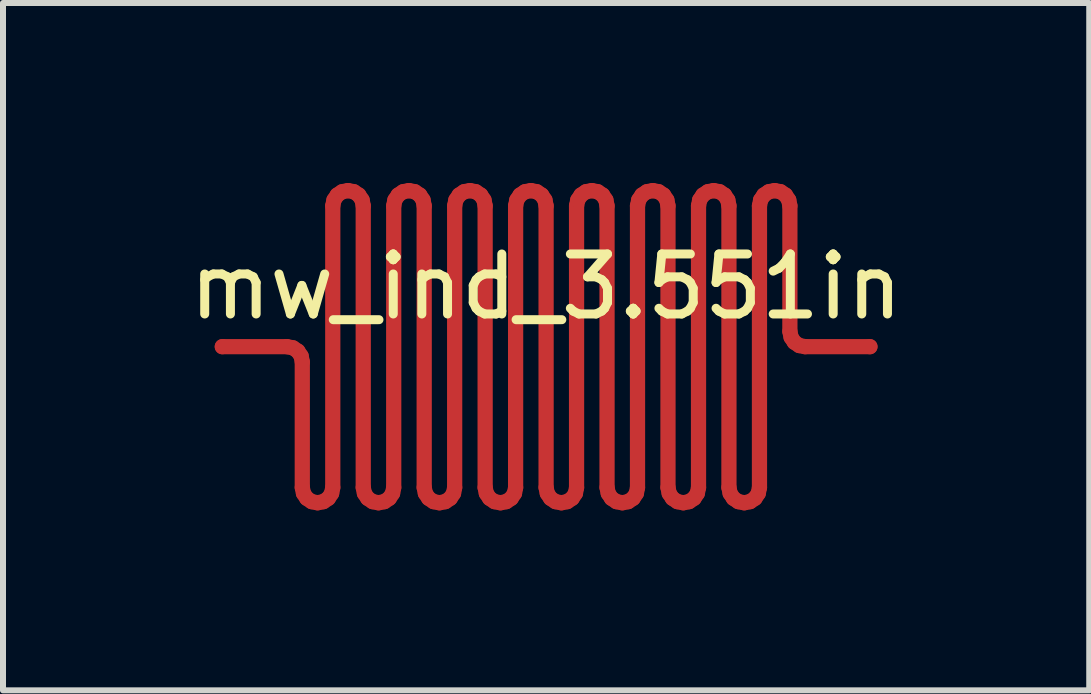
<source format=kicad_pcb>
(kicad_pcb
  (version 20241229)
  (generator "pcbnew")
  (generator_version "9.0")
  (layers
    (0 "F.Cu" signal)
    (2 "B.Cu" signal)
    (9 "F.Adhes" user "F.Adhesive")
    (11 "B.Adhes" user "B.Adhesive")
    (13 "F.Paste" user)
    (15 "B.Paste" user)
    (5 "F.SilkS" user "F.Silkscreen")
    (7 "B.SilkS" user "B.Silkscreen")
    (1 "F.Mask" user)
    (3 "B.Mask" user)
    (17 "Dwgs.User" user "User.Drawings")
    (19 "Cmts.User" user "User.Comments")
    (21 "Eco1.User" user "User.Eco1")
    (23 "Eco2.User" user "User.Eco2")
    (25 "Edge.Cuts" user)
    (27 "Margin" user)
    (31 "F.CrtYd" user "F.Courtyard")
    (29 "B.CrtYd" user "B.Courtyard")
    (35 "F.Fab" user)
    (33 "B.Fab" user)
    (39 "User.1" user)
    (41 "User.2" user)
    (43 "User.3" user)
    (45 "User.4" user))
  (footprint "mw_ind_3.551in"
    (layer "F.Cu")
    (at 0.656 2.729)
    (property "Reference" "mw_ind_3.551in" (at 5.397 -1 0) (layer "F.SilkS") (effects (font (size 1 1) (thickness 0.15))))
    (attr smd exclude_from_pos_files exclude_from_bom)
    (fp_line (start 1.079 0) (end 0 0) (stroke (width 0.254) (type solid)) (layer "F.Cu"))
    (fp_line (start 1.177 0.019) (end 1.079 0) (stroke (width 0.254) (type solid)) (layer "F.Cu"))
    (fp_line (start 1.259 0.074) (end 1.177 0.019) (stroke (width 0.254) (type solid)) (layer "F.Cu"))
    (fp_line (start 1.314 0.157) (end 1.259 0.074) (stroke (width 0.254) (type solid)) (layer "F.Cu"))
    (fp_line (start 1.333 0.254) (end 1.314 0.157) (stroke (width 0.254) (type solid)) (layer "F.Cu"))
    (fp_line (start 1.333 2.348) (end 1.333 0.254) (stroke (width 0.254) (type solid)) (layer "F.Cu"))
    (fp_line (start 1.353 2.445) (end 1.333 2.348) (stroke (width 0.254) (type solid)) (layer "F.Cu"))
    (fp_line (start 1.408 2.528) (end 1.353 2.445) (stroke (width 0.254) (type solid)) (layer "F.Cu"))
    (fp_line (start 1.49 2.583) (end 1.408 2.528) (stroke (width 0.254) (type solid)) (layer "F.Cu"))
    (fp_line (start 1.587 2.602) (end 1.49 2.583) (stroke (width 0.254) (type solid)) (layer "F.Cu"))
    (fp_line (start 1.685 2.583) (end 1.587 2.602) (stroke (width 0.254) (type solid)) (layer "F.Cu"))
    (fp_line (start 1.767 2.528) (end 1.685 2.583) (stroke (width 0.254) (type solid)) (layer "F.Cu"))
    (fp_line (start 1.822 2.445) (end 1.767 2.528) (stroke (width 0.254) (type solid)) (layer "F.Cu"))
    (fp_line (start 1.841 -2.348) (end 1.841 2.348) (stroke (width 0.254) (type solid)) (layer "F.Cu"))
    (fp_line (start 1.841 2.348) (end 1.822 2.445) (stroke (width 0.254) (type solid)) (layer "F.Cu"))
    (fp_line (start 1.861 -2.445) (end 1.841 -2.348) (stroke (width 0.254) (type solid)) (layer "F.Cu"))
    (fp_line (start 1.916 -2.528) (end 1.861 -2.445) (stroke (width 0.254) (type solid)) (layer "F.Cu"))
    (fp_line (start 1.998 -2.583) (end 1.916 -2.528) (stroke (width 0.254) (type solid)) (layer "F.Cu"))
    (fp_line (start 2.095 -2.602) (end 1.998 -2.583) (stroke (width 0.254) (type solid)) (layer "F.Cu"))
    (fp_line (start 2.193 -2.583) (end 2.095 -2.602) (stroke (width 0.254) (type solid)) (layer "F.Cu"))
    (fp_line (start 2.275 -2.528) (end 2.193 -2.583) (stroke (width 0.254) (type solid)) (layer "F.Cu"))
    (fp_line (start 2.33 -2.445) (end 2.275 -2.528) (stroke (width 0.254) (type solid)) (layer "F.Cu"))
    (fp_line (start 2.349 -2.348) (end 2.33 -2.445) (stroke (width 0.254) (type solid)) (layer "F.Cu"))
    (fp_line (start 2.349 2.348) (end 2.349 -2.348) (stroke (width 0.254) (type solid)) (layer "F.Cu"))
    (fp_line (start 2.369 2.445) (end 2.349 2.348) (stroke (width 0.254) (type solid)) (layer "F.Cu"))
    (fp_line (start 2.424 2.528) (end 2.369 2.445) (stroke (width 0.254) (type solid)) (layer "F.Cu"))
    (fp_line (start 2.506 2.583) (end 2.424 2.528) (stroke (width 0.254) (type solid)) (layer "F.Cu"))
    (fp_line (start 2.603 2.602) (end 2.506 2.583) (stroke (width 0.254) (type solid)) (layer "F.Cu"))
    (fp_line (start 2.701 2.583) (end 2.603 2.602) (stroke (width 0.254) (type solid)) (layer "F.Cu"))
    (fp_line (start 2.783 2.528) (end 2.701 2.583) (stroke (width 0.254) (type solid)) (layer "F.Cu"))
    (fp_line (start 2.838 2.445) (end 2.783 2.528) (stroke (width 0.254) (type solid)) (layer "F.Cu"))
    (fp_line (start 2.857 -2.348) (end 2.857 2.348) (stroke (width 0.254) (type solid)) (layer "F.Cu"))
    (fp_line (start 2.857 2.348) (end 2.838 2.445) (stroke (width 0.254) (type solid)) (layer "F.Cu"))
    (fp_line (start 2.877 -2.445) (end 2.857 -2.348) (stroke (width 0.254) (type solid)) (layer "F.Cu"))
    (fp_line (start 2.932 -2.528) (end 2.877 -2.445) (stroke (width 0.254) (type solid)) (layer "F.Cu"))
    (fp_line (start 3.014 -2.583) (end 2.932 -2.528) (stroke (width 0.254) (type solid)) (layer "F.Cu"))
    (fp_line (start 3.111 -2.602) (end 3.014 -2.583) (stroke (width 0.254) (type solid)) (layer "F.Cu"))
    (fp_line (start 3.209 -2.583) (end 3.111 -2.602) (stroke (width 0.254) (type solid)) (layer "F.Cu"))
    (fp_line (start 3.291 -2.528) (end 3.209 -2.583) (stroke (width 0.254) (type solid)) (layer "F.Cu"))
    (fp_line (start 3.346 -2.445) (end 3.291 -2.528) (stroke (width 0.254) (type solid)) (layer "F.Cu"))
    (fp_line (start 3.365 -2.348) (end 3.346 -2.445) (stroke (width 0.254) (type solid)) (layer "F.Cu"))
    (fp_line (start 3.365 2.348) (end 3.365 -2.348) (stroke (width 0.254) (type solid)) (layer "F.Cu"))
    (fp_line (start 3.385 2.445) (end 3.365 2.348) (stroke (width 0.254) (type solid)) (layer "F.Cu"))
    (fp_line (start 3.44 2.528) (end 3.385 2.445) (stroke (width 0.254) (type solid)) (layer "F.Cu"))
    (fp_line (start 3.522 2.583) (end 3.44 2.528) (stroke (width 0.254) (type solid)) (layer "F.Cu"))
    (fp_line (start 3.619 2.602) (end 3.522 2.583) (stroke (width 0.254) (type solid)) (layer "F.Cu"))
    (fp_line (start 3.717 2.583) (end 3.619 2.602) (stroke (width 0.254) (type solid)) (layer "F.Cu"))
    (fp_line (start 3.799 2.528) (end 3.717 2.583) (stroke (width 0.254) (type solid)) (layer "F.Cu"))
    (fp_line (start 3.854 2.445) (end 3.799 2.528) (stroke (width 0.254) (type solid)) (layer "F.Cu"))
    (fp_line (start 3.873 -2.348) (end 3.873 2.348) (stroke (width 0.254) (type solid)) (layer "F.Cu"))
    (fp_line (start 3.873 2.348) (end 3.854 2.445) (stroke (width 0.254) (type solid)) (layer "F.Cu"))
    (fp_line (start 3.893 -2.445) (end 3.873 -2.348) (stroke (width 0.254) (type solid)) (layer "F.Cu"))
    (fp_line (start 3.948 -2.528) (end 3.893 -2.445) (stroke (width 0.254) (type solid)) (layer "F.Cu"))
    (fp_line (start 4.03 -2.583) (end 3.948 -2.528) (stroke (width 0.254) (type solid)) (layer "F.Cu"))
    (fp_line (start 4.128 -2.602) (end 4.03 -2.583) (stroke (width 0.254) (type solid)) (layer "F.Cu"))
    (fp_line (start 4.225 -2.583) (end 4.128 -2.602) (stroke (width 0.254) (type solid)) (layer "F.Cu"))
    (fp_line (start 4.307 -2.528) (end 4.225 -2.583) (stroke (width 0.254) (type solid)) (layer "F.Cu"))
    (fp_line (start 4.362 -2.445) (end 4.307 -2.528) (stroke (width 0.254) (type solid)) (layer "F.Cu"))
    (fp_line (start 4.381 -2.348) (end 4.362 -2.445) (stroke (width 0.254) (type solid)) (layer "F.Cu"))
    (fp_line (start 4.381 2.348) (end 4.381 -2.348) (stroke (width 0.254) (type solid)) (layer "F.Cu"))
    (fp_line (start 4.401 2.445) (end 4.381 2.348) (stroke (width 0.254) (type solid)) (layer "F.Cu"))
    (fp_line (start 4.456 2.528) (end 4.401 2.445) (stroke (width 0.254) (type solid)) (layer "F.Cu"))
    (fp_line (start 4.538 2.583) (end 4.456 2.528) (stroke (width 0.254) (type solid)) (layer "F.Cu"))
    (fp_line (start 4.636 2.602) (end 4.538 2.583) (stroke (width 0.254) (type solid)) (layer "F.Cu"))
    (fp_line (start 4.733 2.583) (end 4.636 2.602) (stroke (width 0.254) (type solid)) (layer "F.Cu"))
    (fp_line (start 4.815 2.528) (end 4.733 2.583) (stroke (width 0.254) (type solid)) (layer "F.Cu"))
    (fp_line (start 4.87 2.445) (end 4.815 2.528) (stroke (width 0.254) (type solid)) (layer "F.Cu"))
    (fp_line (start 4.889 -2.348) (end 4.889 2.348) (stroke (width 0.254) (type solid)) (layer "F.Cu"))
    (fp_line (start 4.889 2.348) (end 4.87 2.445) (stroke (width 0.254) (type solid)) (layer "F.Cu"))
    (fp_line (start 4.909 -2.445) (end 4.889 -2.348) (stroke (width 0.254) (type solid)) (layer "F.Cu"))
    (fp_line (start 4.964 -2.528) (end 4.909 -2.445) (stroke (width 0.254) (type solid)) (layer "F.Cu"))
    (fp_line (start 5.046 -2.583) (end 4.964 -2.528) (stroke (width 0.254) (type solid)) (layer "F.Cu"))
    (fp_line (start 5.144 -2.602) (end 5.046 -2.583) (stroke (width 0.254) (type solid)) (layer "F.Cu"))
    (fp_line (start 5.241 -2.583) (end 5.144 -2.602) (stroke (width 0.254) (type solid)) (layer "F.Cu"))
    (fp_line (start 5.323 -2.528) (end 5.241 -2.583) (stroke (width 0.254) (type solid)) (layer "F.Cu"))
    (fp_line (start 5.378 -2.445) (end 5.323 -2.528) (stroke (width 0.254) (type solid)) (layer "F.Cu"))
    (fp_line (start 5.397 -2.348) (end 5.378 -2.445) (stroke (width 0.254) (type solid)) (layer "F.Cu"))
    (fp_line (start 5.397 2.348) (end 5.397 -2.348) (stroke (width 0.254) (type solid)) (layer "F.Cu"))
    (fp_line (start 5.417 2.445) (end 5.397 2.348) (stroke (width 0.254) (type solid)) (layer "F.Cu"))
    (fp_line (start 5.472 2.528) (end 5.417 2.445) (stroke (width 0.254) (type solid)) (layer "F.Cu"))
    (fp_line (start 5.554 2.583) (end 5.472 2.528) (stroke (width 0.254) (type solid)) (layer "F.Cu"))
    (fp_line (start 5.652 2.602) (end 5.554 2.583) (stroke (width 0.254) (type solid)) (layer "F.Cu"))
    (fp_line (start 5.749 2.583) (end 5.652 2.602) (stroke (width 0.254) (type solid)) (layer "F.Cu"))
    (fp_line (start 5.831 2.528) (end 5.749 2.583) (stroke (width 0.254) (type solid)) (layer "F.Cu"))
    (fp_line (start 5.886 2.445) (end 5.831 2.528) (stroke (width 0.254) (type solid)) (layer "F.Cu"))
    (fp_line (start 5.905 -2.348) (end 5.905 2.348) (stroke (width 0.254) (type solid)) (layer "F.Cu"))
    (fp_line (start 5.905 2.348) (end 5.886 2.445) (stroke (width 0.254) (type solid)) (layer "F.Cu"))
    (fp_line (start 5.925 -2.445) (end 5.905 -2.348) (stroke (width 0.254) (type solid)) (layer "F.Cu"))
    (fp_line (start 5.98 -2.528) (end 5.925 -2.445) (stroke (width 0.254) (type solid)) (layer "F.Cu"))
    (fp_line (start 6.062 -2.583) (end 5.98 -2.528) (stroke (width 0.254) (type solid)) (layer "F.Cu"))
    (fp_line (start 6.16 -2.602) (end 6.062 -2.583) (stroke (width 0.254) (type solid)) (layer "F.Cu"))
    (fp_line (start 6.257 -2.583) (end 6.16 -2.602) (stroke (width 0.254) (type solid)) (layer "F.Cu"))
    (fp_line (start 6.339 -2.528) (end 6.257 -2.583) (stroke (width 0.254) (type solid)) (layer "F.Cu"))
    (fp_line (start 6.394 -2.445) (end 6.339 -2.528) (stroke (width 0.254) (type solid)) (layer "F.Cu"))
    (fp_line (start 6.413 -2.348) (end 6.394 -2.445) (stroke (width 0.254) (type solid)) (layer "F.Cu"))
    (fp_line (start 6.413 2.348) (end 6.413 -2.348) (stroke (width 0.254) (type solid)) (layer "F.Cu"))
    (fp_line (start 6.433 2.445) (end 6.413 2.348) (stroke (width 0.254) (type solid)) (layer "F.Cu"))
    (fp_line (start 6.488 2.528) (end 6.433 2.445) (stroke (width 0.254) (type solid)) (layer "F.Cu"))
    (fp_line (start 6.57 2.583) (end 6.488 2.528) (stroke (width 0.254) (type solid)) (layer "F.Cu"))
    (fp_line (start 6.668 2.602) (end 6.57 2.583) (stroke (width 0.254) (type solid)) (layer "F.Cu"))
    (fp_line (start 6.765 2.583) (end 6.668 2.602) (stroke (width 0.254) (type solid)) (layer "F.Cu"))
    (fp_line (start 6.847 2.528) (end 6.765 2.583) (stroke (width 0.254) (type solid)) (layer "F.Cu"))
    (fp_line (start 6.902 2.445) (end 6.847 2.528) (stroke (width 0.254) (type solid)) (layer "F.Cu"))
    (fp_line (start 6.921 -2.348) (end 6.921 2.348) (stroke (width 0.254) (type solid)) (layer "F.Cu"))
    (fp_line (start 6.921 2.348) (end 6.902 2.445) (stroke (width 0.254) (type solid)) (layer "F.Cu"))
    (fp_line (start 6.941 -2.445) (end 6.921 -2.348) (stroke (width 0.254) (type solid)) (layer "F.Cu"))
    (fp_line (start 6.996 -2.528) (end 6.941 -2.445) (stroke (width 0.254) (type solid)) (layer "F.Cu"))
    (fp_line (start 7.078 -2.583) (end 6.996 -2.528) (stroke (width 0.254) (type solid)) (layer "F.Cu"))
    (fp_line (start 7.176 -2.602) (end 7.078 -2.583) (stroke (width 0.254) (type solid)) (layer "F.Cu"))
    (fp_line (start 7.273 -2.583) (end 7.176 -2.602) (stroke (width 0.254) (type solid)) (layer "F.Cu"))
    (fp_line (start 7.355 -2.528) (end 7.273 -2.583) (stroke (width 0.254) (type solid)) (layer "F.Cu"))
    (fp_line (start 7.41 -2.445) (end 7.355 -2.528) (stroke (width 0.254) (type solid)) (layer "F.Cu"))
    (fp_line (start 7.429 -2.348) (end 7.41 -2.445) (stroke (width 0.254) (type solid)) (layer "F.Cu"))
    (fp_line (start 7.429 2.348) (end 7.429 -2.348) (stroke (width 0.254) (type solid)) (layer "F.Cu"))
    (fp_line (start 7.449 2.445) (end 7.429 2.348) (stroke (width 0.254) (type solid)) (layer "F.Cu"))
    (fp_line (start 7.504 2.528) (end 7.449 2.445) (stroke (width 0.254) (type solid)) (layer "F.Cu"))
    (fp_line (start 7.586 2.583) (end 7.504 2.528) (stroke (width 0.254) (type solid)) (layer "F.Cu"))
    (fp_line (start 7.684 2.602) (end 7.586 2.583) (stroke (width 0.254) (type solid)) (layer "F.Cu"))
    (fp_line (start 7.781 2.583) (end 7.684 2.602) (stroke (width 0.254) (type solid)) (layer "F.Cu"))
    (fp_line (start 7.863 2.528) (end 7.781 2.583) (stroke (width 0.254) (type solid)) (layer "F.Cu"))
    (fp_line (start 7.918 2.445) (end 7.863 2.528) (stroke (width 0.254) (type solid)) (layer "F.Cu"))
    (fp_line (start 7.938 -2.348) (end 7.938 2.348) (stroke (width 0.254) (type solid)) (layer "F.Cu"))
    (fp_line (start 7.938 2.348) (end 7.918 2.445) (stroke (width 0.254) (type solid)) (layer "F.Cu"))
    (fp_line (start 7.957 -2.445) (end 7.938 -2.348) (stroke (width 0.254) (type solid)) (layer "F.Cu"))
    (fp_line (start 8.012 -2.528) (end 7.957 -2.445) (stroke (width 0.254) (type solid)) (layer "F.Cu"))
    (fp_line (start 8.094 -2.583) (end 8.012 -2.528) (stroke (width 0.254) (type solid)) (layer "F.Cu"))
    (fp_line (start 8.191 -2.602) (end 8.094 -2.583) (stroke (width 0.254) (type solid)) (layer "F.Cu"))
    (fp_line (start 8.289 -2.583) (end 8.191 -2.602) (stroke (width 0.254) (type solid)) (layer "F.Cu"))
    (fp_line (start 8.371 -2.528) (end 8.289 -2.583) (stroke (width 0.254) (type solid)) (layer "F.Cu"))
    (fp_line (start 8.426 -2.445) (end 8.371 -2.528) (stroke (width 0.254) (type solid)) (layer "F.Cu"))
    (fp_line (start 8.445 -2.348) (end 8.426 -2.445) (stroke (width 0.254) (type solid)) (layer "F.Cu"))
    (fp_line (start 8.445 2.348) (end 8.445 -2.348) (stroke (width 0.254) (type solid)) (layer "F.Cu"))
    (fp_line (start 8.465 2.445) (end 8.445 2.348) (stroke (width 0.254) (type solid)) (layer "F.Cu"))
    (fp_line (start 8.52 2.528) (end 8.465 2.445) (stroke (width 0.254) (type solid)) (layer "F.Cu"))
    (fp_line (start 8.602 2.583) (end 8.52 2.528) (stroke (width 0.254) (type solid)) (layer "F.Cu"))
    (fp_line (start 8.7 2.602) (end 8.602 2.583) (stroke (width 0.254) (type solid)) (layer "F.Cu"))
    (fp_line (start 8.797 2.583) (end 8.7 2.602) (stroke (width 0.254) (type solid)) (layer "F.Cu"))
    (fp_line (start 8.879 2.528) (end 8.797 2.583) (stroke (width 0.254) (type solid)) (layer "F.Cu"))
    (fp_line (start 8.934 2.445) (end 8.879 2.528) (stroke (width 0.254) (type solid)) (layer "F.Cu"))
    (fp_line (start 8.954 -2.348) (end 8.954 2.348) (stroke (width 0.254) (type solid)) (layer "F.Cu"))
    (fp_line (start 8.954 2.348) (end 8.934 2.445) (stroke (width 0.254) (type solid)) (layer "F.Cu"))
    (fp_line (start 8.973 -2.445) (end 8.954 -2.348) (stroke (width 0.254) (type solid)) (layer "F.Cu"))
    (fp_line (start 9.028 -2.528) (end 8.973 -2.445) (stroke (width 0.254) (type solid)) (layer "F.Cu"))
    (fp_line (start 9.11 -2.583) (end 9.028 -2.528) (stroke (width 0.254) (type solid)) (layer "F.Cu"))
    (fp_line (start 9.207 -2.602) (end 9.11 -2.583) (stroke (width 0.254) (type solid)) (layer "F.Cu"))
    (fp_line (start 9.305 -2.583) (end 9.207 -2.602) (stroke (width 0.254) (type solid)) (layer "F.Cu"))
    (fp_line (start 9.387 -2.528) (end 9.305 -2.583) (stroke (width 0.254) (type solid)) (layer "F.Cu"))
    (fp_line (start 9.442 -2.445) (end 9.387 -2.528) (stroke (width 0.254) (type solid)) (layer "F.Cu"))
    (fp_line (start 9.461 -2.348) (end 9.442 -2.445) (stroke (width 0.254) (type solid)) (layer "F.Cu"))
    (fp_line (start 9.461 -0.254) (end 9.461 -2.348) (stroke (width 0.254) (type solid)) (layer "F.Cu"))
    (fp_line (start 9.481 -0.157) (end 9.461 -0.254) (stroke (width 0.254) (type solid)) (layer "F.Cu"))
    (fp_line (start 9.536 -0.074) (end 9.481 -0.157) (stroke (width 0.254) (type solid)) (layer "F.Cu"))
    (fp_line (start 9.618 -0.019) (end 9.536 -0.074) (stroke (width 0.254) (type solid)) (layer "F.Cu"))
    (fp_line (start 9.716 0) (end 9.618 -0.019) (stroke (width 0.254) (type solid)) (layer "F.Cu"))
    (fp_line (start 10.795 0) (end 9.716 0) (stroke (width 0.254) (type solid)) (layer "F.Cu"))
    (pad "1" smd circle (at 0 0) (size 0.254 0.254) (layers "F.Cu"))
    (pad "2" smd circle (at 10.795 0) (size 0.254 0.254) (layers "F.Cu")))
  (gr_rect
    (start -3 -3)
    (end 15.107 8.458)
    (stroke (width 0.1) (type default))
    (fill no)
    (layer "Edge.Cuts")))
</source>
